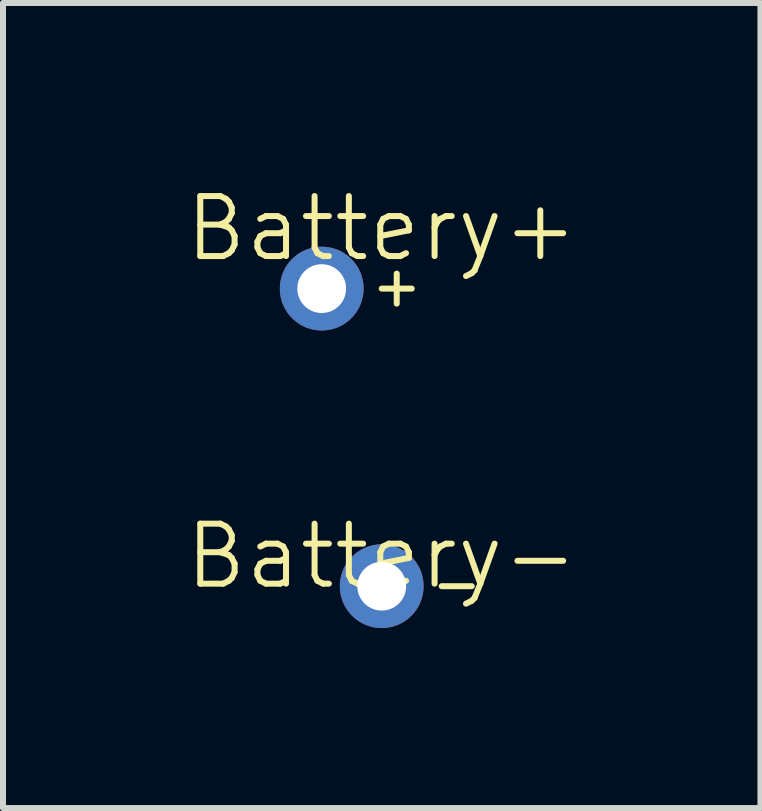
<source format=kicad_pcb>
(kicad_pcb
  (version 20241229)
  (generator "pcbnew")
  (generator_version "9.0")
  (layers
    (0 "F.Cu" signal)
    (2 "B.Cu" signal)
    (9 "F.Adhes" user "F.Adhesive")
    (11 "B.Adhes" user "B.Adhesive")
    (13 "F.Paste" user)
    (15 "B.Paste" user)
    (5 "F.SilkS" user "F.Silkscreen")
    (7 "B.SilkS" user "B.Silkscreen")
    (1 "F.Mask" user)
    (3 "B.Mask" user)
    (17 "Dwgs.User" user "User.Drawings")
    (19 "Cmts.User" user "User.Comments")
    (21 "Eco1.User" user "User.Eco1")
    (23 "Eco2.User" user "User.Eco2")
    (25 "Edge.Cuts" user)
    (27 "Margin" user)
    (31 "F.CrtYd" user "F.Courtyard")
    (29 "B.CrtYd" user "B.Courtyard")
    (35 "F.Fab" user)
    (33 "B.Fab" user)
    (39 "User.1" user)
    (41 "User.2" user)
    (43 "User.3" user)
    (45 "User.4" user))
  (footprint "Battery-"
    (layer "F.Cu")
    (at 3.312 6.72)
    (property "Reference" "Battery-" (at 0 -0.5 0) (unlocked yes) (layer "F.SilkS") (effects (font (size 1 1) (thickness 0.1))))
    (attr smd)
    (fp_line (start 1 0) (end 1.5 0) (stroke (width 0.1) (type default)) (layer "F.SilkS"))
    (pad "1" thru_hole circle (at 0 0) (size 1.397 1.397) (drill 0.813) (layers "*.Cu" "*.Mask")))
  (footprint "Battery+"
    (layer "F.Cu")
    (at 3.312 1.26)
    (property "Reference" "Battery+" (at 0 -0.5 0) (unlocked yes) (layer "F.SilkS") (effects (font (size 1 1) (thickness 0.1))))
    (attr smd)
    (fp_line (start 0 0.5) (end 0.5 0.5) (stroke (width 0.1) (type default)) (layer "F.SilkS"))
    (fp_line (start 0.25 0.25) (end 0.25 0.75) (stroke (width 0.1) (type default)) (layer "F.SilkS"))
    (pad "1" thru_hole circle (at -1 0.5) (size 1.397 1.397) (drill 0.813) (layers "*.Cu" "*.Mask")))
  (gr_rect
    (start -3 -3)
    (end 9.624 10.418)
    (stroke (width 0.1) (type default))
    (fill no)
    (layer "Edge.Cuts")))
</source>
